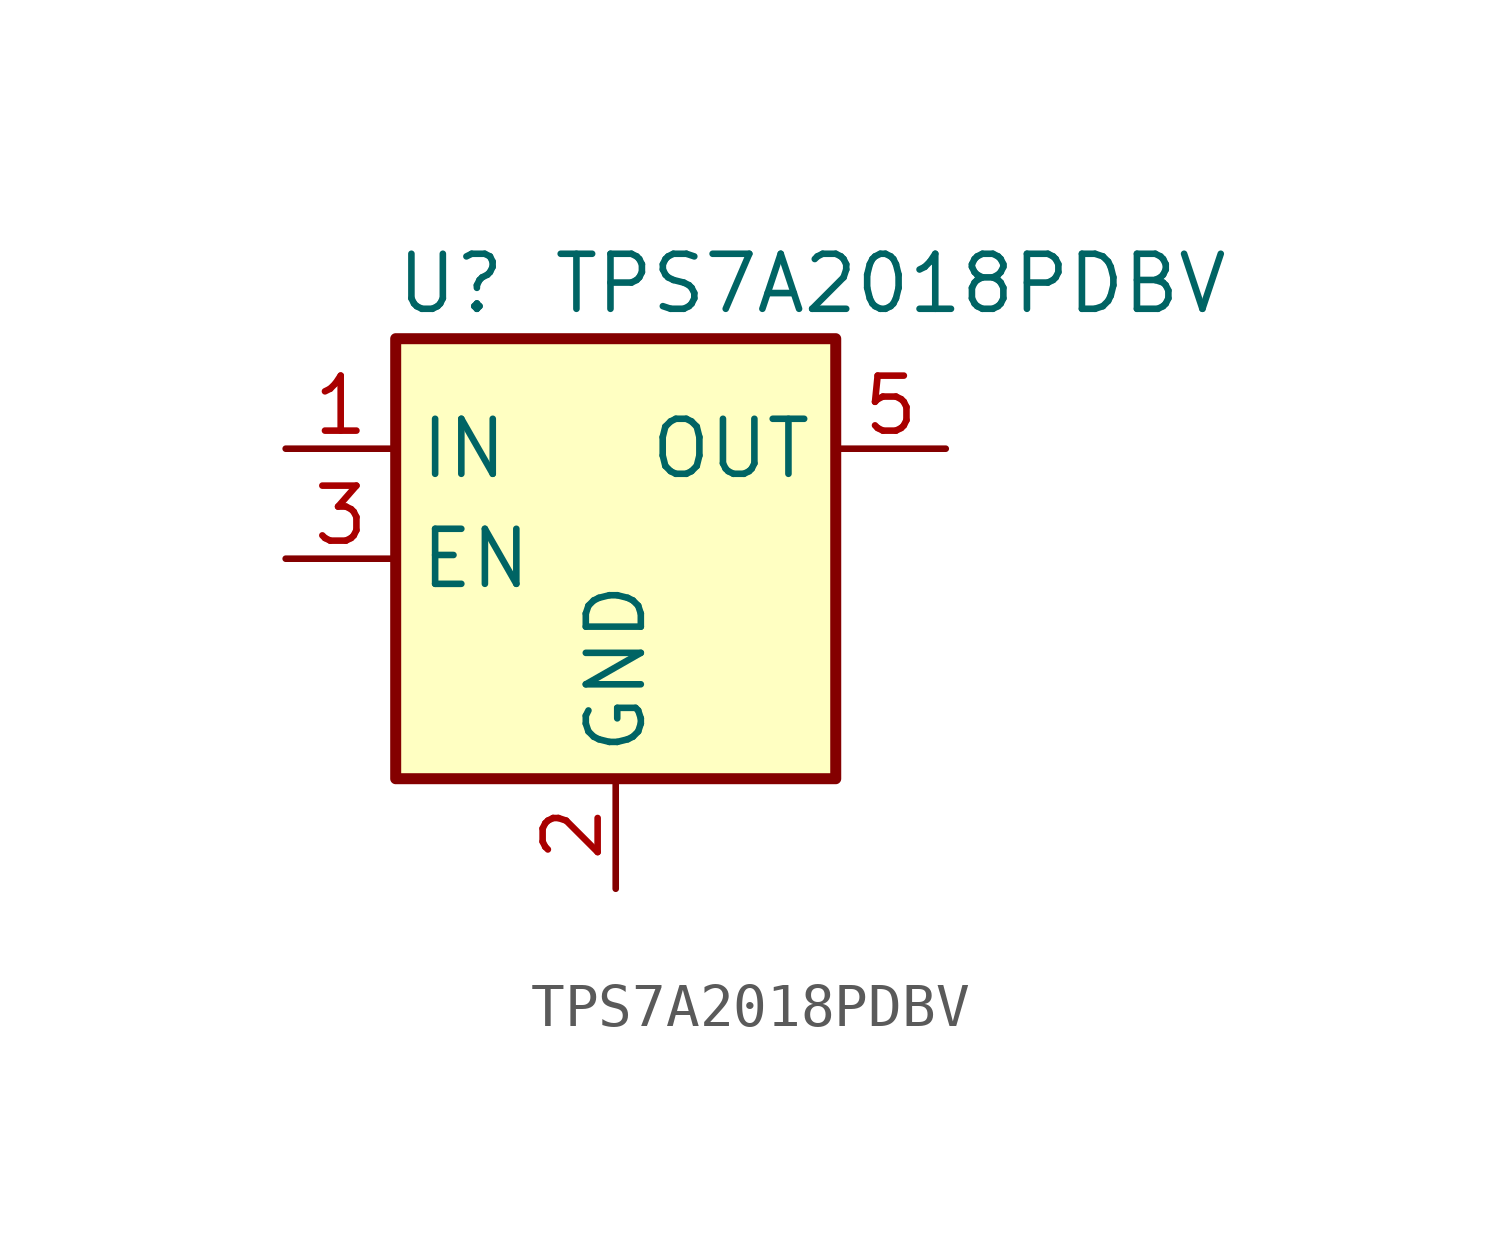
<source format=kicad_sym>
(kicad_symbol_lib
  (version 20220914)
  (generator kicad_symbol_editor)
  (symbol "TPS7A2018PDBV"
    (property "Reference" "U"
      (at -3.81 6.35 0)
      (effects (font (size 1.27 1.27))))
    (property "Value" "TPS7A2018PDBV"
      (at 6.35 6.35 0)
      (effects (font (size 1.27 1.27))))
    (symbol "TPS7A2018PDBV_0_1"
      (rectangle (start -5.08 -5.08) (end 5.08 5.08) (stroke (width 0.254) (type default)) (fill (type background)))
      (pin power_in line (at -7.62 2.54 0) (length 2.54) (name "IN" (effects (font (size 1.27 1.27)))) (number "1" (effects (font (size 1.27 1.27)))))
      (pin power_in line (at 0 -7.62 90) (length 2.54) (name "GND" (effects (font (size 1.27 1.27)))) (number "2" (effects (font (size 1.27 1.27)))))
      (pin input line (at -7.62 0 0) (length 2.54) (name "EN" (effects (font (size 1.27 1.27)))) (number "3" (effects (font (size 1.27 1.27)))))
      (pin no_connect line (at 5.08 0 180) (length 2.54) hide (name "NC" (effects (font (size 1.27 1.27)))) (number "4" (effects (font (size 1.27 1.27)))))
      (pin power_out line (at 7.62 2.54 180) (length 2.54) (name "OUT" (effects (font (size 1.27 1.27)))) (number "5" (effects (font (size 1.27 1.27))))))))
</source>
